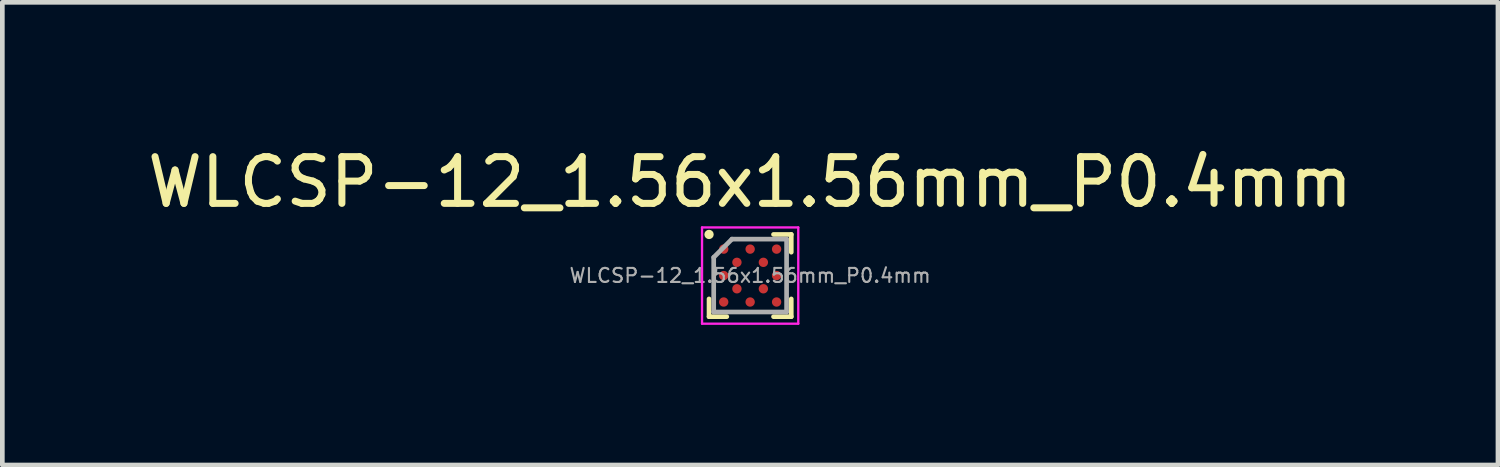
<source format=kicad_pcb>
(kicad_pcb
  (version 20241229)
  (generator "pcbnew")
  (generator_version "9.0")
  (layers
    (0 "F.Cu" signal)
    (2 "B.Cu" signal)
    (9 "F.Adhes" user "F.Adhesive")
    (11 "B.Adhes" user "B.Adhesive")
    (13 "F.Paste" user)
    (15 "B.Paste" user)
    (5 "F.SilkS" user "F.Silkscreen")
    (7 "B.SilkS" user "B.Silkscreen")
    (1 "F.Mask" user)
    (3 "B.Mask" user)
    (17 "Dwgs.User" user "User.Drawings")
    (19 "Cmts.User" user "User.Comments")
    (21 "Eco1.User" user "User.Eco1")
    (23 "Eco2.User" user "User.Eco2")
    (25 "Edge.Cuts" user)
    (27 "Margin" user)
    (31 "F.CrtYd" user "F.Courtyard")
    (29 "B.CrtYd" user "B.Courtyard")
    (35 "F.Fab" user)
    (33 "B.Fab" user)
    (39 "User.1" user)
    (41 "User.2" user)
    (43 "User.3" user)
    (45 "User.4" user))
  (footprint "WLCSP-12_1.56x1.56mm_P0.4mm"
    (layer "F.Cu")
    (at 13.006 2.848)
    (property "Reference" "WLCSP-12_1.56x1.56mm_P0.4mm" (at 0 -2 0) (layer "F.SilkS") (effects (font (size 1 1) (thickness 0.15))))
    (attr smd)
    (fp_line (start -0.88 0.88) (end -0.88 0.5) (stroke (width 0.1) (type solid)) (layer "F.SilkS"))
    (fp_line (start -0.88 0.88) (end -0.5 0.88) (stroke (width 0.1) (type solid)) (layer "F.SilkS"))
    (fp_line (start 0.88 -0.88) (end 0.5 -0.88) (stroke (width 0.1) (type solid)) (layer "F.SilkS"))
    (fp_line (start 0.88 -0.88) (end 0.88 -0.5) (stroke (width 0.1) (type solid)) (layer "F.SilkS"))
    (fp_line (start 0.88 0.88) (end 0.5 0.88) (stroke (width 0.1) (type solid)) (layer "F.SilkS"))
    (fp_line (start 0.88 0.88) (end 0.88 0.5) (stroke (width 0.1) (type solid)) (layer "F.SilkS"))
    (fp_circle (center -0.88 -0.88) (end -0.83 -0.88) (stroke (width 0.1) (type solid)) (fill no) (layer "F.SilkS"))
    (fp_line (start -1.03 -1.03) (end -1.03 1.03) (stroke (width 0.05) (type solid)) (layer "F.CrtYd"))
    (fp_line (start -1.03 -1.03) (end 1.03 -1.03) (stroke (width 0.05) (type solid)) (layer "F.CrtYd"))
    (fp_line (start -1.03 1.03) (end 1.03 1.03) (stroke (width 0.05) (type solid)) (layer "F.CrtYd"))
    (fp_line (start 1.03 -1.03) (end 1.03 1.03) (stroke (width 0.05) (type solid)) (layer "F.CrtYd"))
    (fp_line (start -0.78 -0.39) (end -0.39 -0.78) (stroke (width 0.1) (type solid)) (layer "F.Fab"))
    (fp_line (start -0.78 0.78) (end -0.78 -0.39) (stroke (width 0.1) (type solid)) (layer "F.Fab"))
    (fp_line (start -0.39 -0.78) (end 0.78 -0.78) (stroke (width 0.1) (type solid)) (layer "F.Fab"))
    (fp_line (start 0.78 0.78) (end -0.78 0.78) (stroke (width 0.1) (type solid)) (layer "F.Fab"))
    (fp_line (start 0.78 0.78) (end 0.78 -0.78) (stroke (width 0.1) (type solid)) (layer "F.Fab"))
    (fp_text user "${REFERENCE}" (at 0 0 0) (layer "F.Fab") (effects (font (size 0.3 0.3) (thickness 0.045))))
    (pad "A1" smd circle (at -0.566 -0.566) (size 0.2 0.2) (layers "F.Cu" "F.Mask" "F.Paste"))
    (pad "A3" smd circle (at 0 -0.566) (size 0.2 0.2) (layers "F.Cu" "F.Mask" "F.Paste"))
    (pad "A5" smd circle (at 0.566 -0.566) (size 0.2 0.2) (layers "F.Cu" "F.Mask" "F.Paste"))
    (pad "B2" smd circle (at -0.283 -0.283) (size 0.2 0.2) (layers "F.Cu" "F.Mask" "F.Paste"))
    (pad "B4" smd circle (at 0.283 -0.283) (size 0.2 0.2) (layers "F.Cu" "F.Mask" "F.Paste"))
    (pad "C1" smd circle (at -0.566 0) (size 0.2 0.2) (layers "F.Cu" "F.Mask" "F.Paste"))
    (pad "C5" smd circle (at 0.566 0) (size 0.2 0.2) (layers "F.Cu" "F.Mask" "F.Paste"))
    (pad "D2" smd circle (at -0.283 0.283) (size 0.2 0.2) (layers "F.Cu" "F.Mask" "F.Paste"))
    (pad "D4" smd circle (at 0.283 0.283) (size 0.2 0.2) (layers "F.Cu" "F.Mask" "F.Paste"))
    (pad "E1" smd circle (at -0.566 0.566) (size 0.2 0.2) (layers "F.Cu" "F.Mask" "F.Paste"))
    (pad "E3" smd circle (at 0 0.566) (size 0.2 0.2) (layers "F.Cu" "F.Mask" "F.Paste"))
    (pad "E5" smd circle (at 0.566 0.566) (size 0.2 0.2) (layers "F.Cu" "F.Mask" "F.Paste")))
  (gr_rect
    (start -3 -3)
    (end 29.012 6.903)
    (stroke (width 0.1) (type default))
    (fill no)
    (layer "Edge.Cuts")))
</source>
